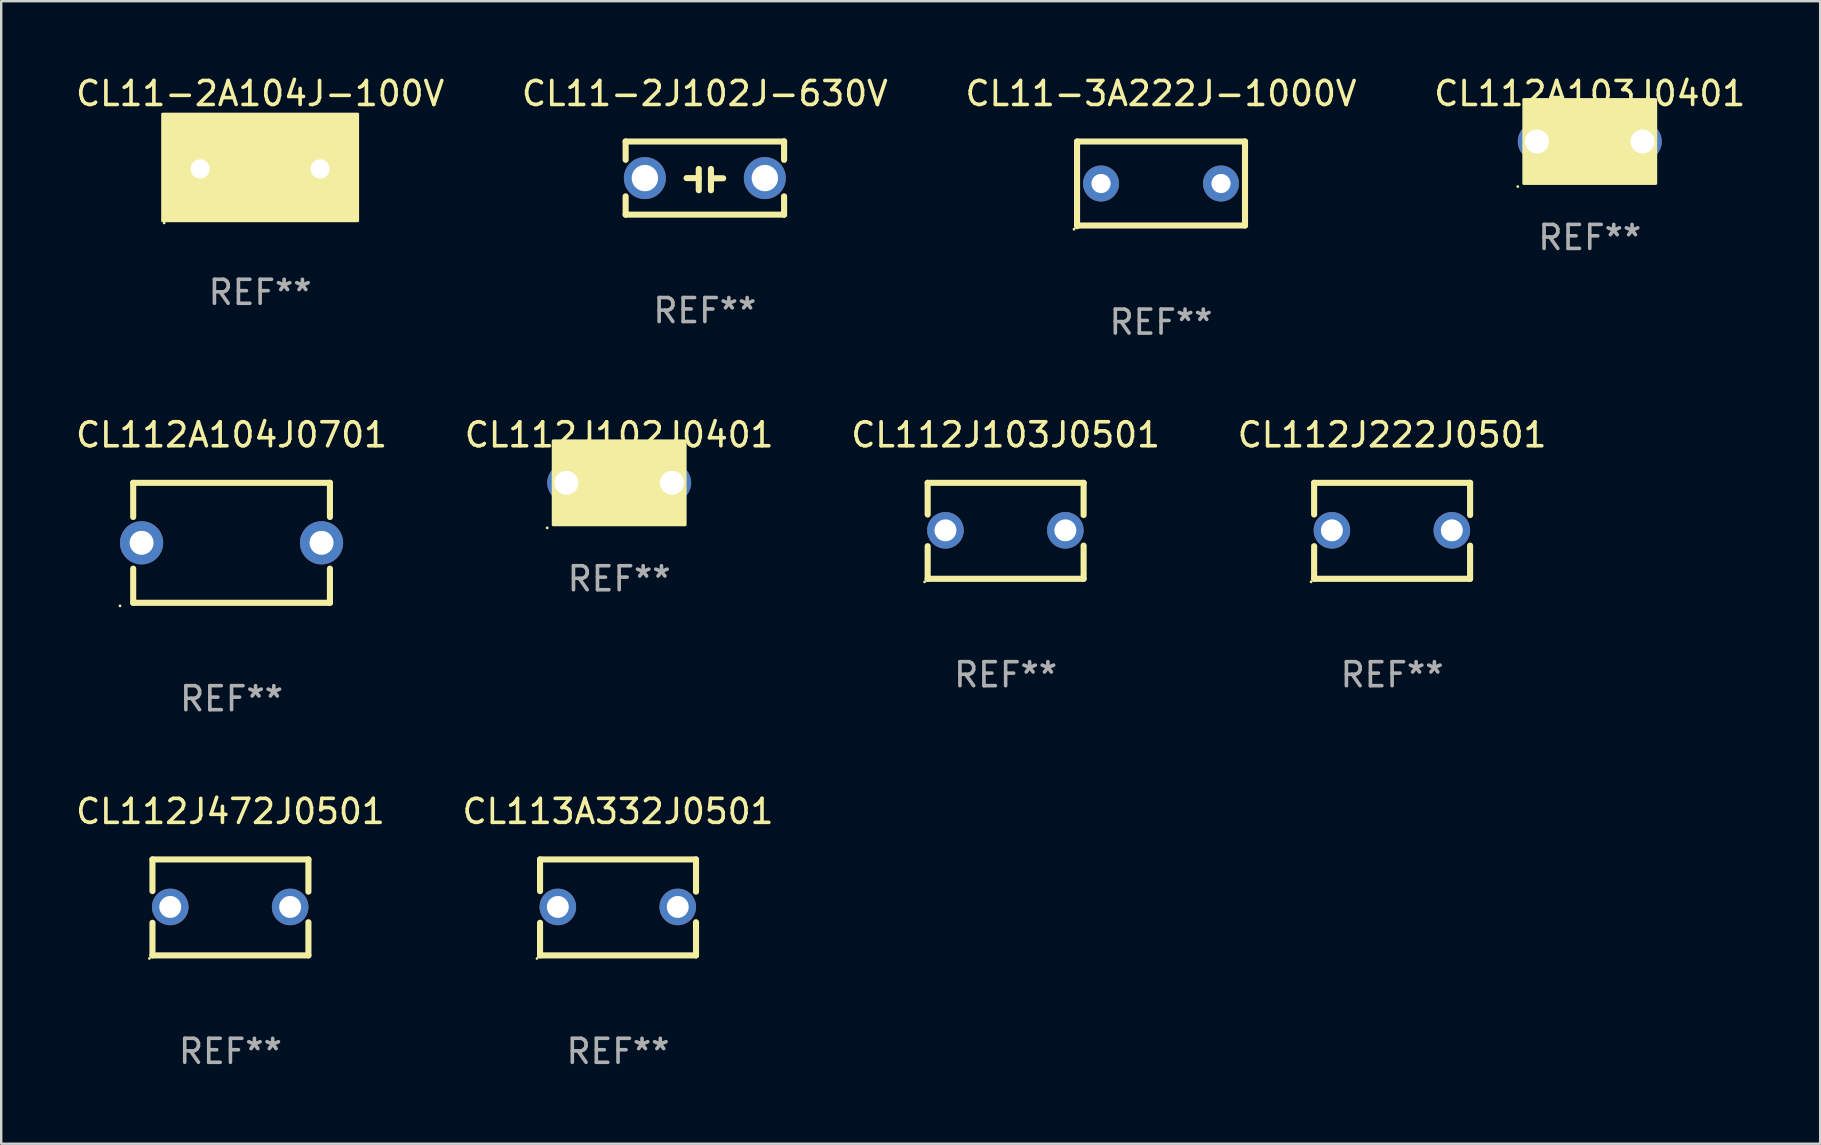
<source format=kicad_pcb>
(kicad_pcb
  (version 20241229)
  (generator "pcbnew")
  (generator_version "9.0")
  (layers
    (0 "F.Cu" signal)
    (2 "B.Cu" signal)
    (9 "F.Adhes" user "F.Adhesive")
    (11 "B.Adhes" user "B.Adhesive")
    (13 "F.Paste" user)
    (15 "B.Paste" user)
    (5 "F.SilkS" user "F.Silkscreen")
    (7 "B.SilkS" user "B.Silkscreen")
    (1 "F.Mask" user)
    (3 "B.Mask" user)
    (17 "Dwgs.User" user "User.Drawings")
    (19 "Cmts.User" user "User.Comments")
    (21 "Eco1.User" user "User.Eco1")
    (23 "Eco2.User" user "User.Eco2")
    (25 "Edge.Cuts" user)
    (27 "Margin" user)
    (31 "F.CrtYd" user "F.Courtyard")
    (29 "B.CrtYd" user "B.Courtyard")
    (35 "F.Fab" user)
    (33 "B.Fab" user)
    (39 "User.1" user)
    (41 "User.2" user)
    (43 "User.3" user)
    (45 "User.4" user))
  (footprint "CL112J103J0501"
    (layer "F.Cu")
    (at 38.863 19.073)
    (property "Reference" "CL112J103J0501" (at 0 -4 0) (layer "F.SilkS") (effects (font (size 1 1) (thickness 0.15))))
    (attr through_hole)
    (fp_line (start -3.25 -2) (end -3.25 -0.68) (stroke (width 0.254) (type solid)) (layer "F.SilkS"))
    (fp_line (start -3.25 -2) (end 3.25 -2) (stroke (width 0.254) (type solid)) (layer "F.SilkS"))
    (fp_line (start -3.25 0.64) (end -3.25 2) (stroke (width 0.254) (type solid)) (layer "F.SilkS"))
    (fp_line (start 3.25 -2) (end 3.25 -0.657) (stroke (width 0.254) (type solid)) (layer "F.SilkS"))
    (fp_line (start 3.25 0.617) (end 3.25 2) (stroke (width 0.254) (type solid)) (layer "F.SilkS"))
    (fp_line (start 3.25 2) (end -3.25 2) (stroke (width 0.254) (type solid)) (layer "F.SilkS"))
    (fp_circle (center -3.377 2.127) (end -3.347 2.127) (stroke (width 0.06) (type solid)) (fill no) (layer "F.SilkS"))
    (fp_text user "REF**" (at 0 6 0) (layer "F.Fab") (effects (font (size 1 1) (thickness 0.15))))
    (pad "1" thru_hole circle (at -2.509 -0.02) (size 1.524 1.524) (drill 0.914) (layers "*.Cu" "*.Mask"))
    (pad "2" thru_hole circle (at 2.489 -0.02) (size 1.524 1.524) (drill 0.914) (layers "*.Cu" "*.Mask")))
  (footprint "CL112J472J0501"
    (layer "F.Cu")
    (at 6.554 34.769)
    (property "Reference" "CL112J472J0501" (at 0 -4 0) (layer "F.SilkS") (effects (font (size 1 1) (thickness 0.15))))
    (attr through_hole)
    (fp_line (start -3.25 -2) (end -3.25 -0.68) (stroke (width 0.254) (type solid)) (layer "F.SilkS"))
    (fp_line (start -3.25 -2) (end 3.25 -2) (stroke (width 0.254) (type solid)) (layer "F.SilkS"))
    (fp_line (start -3.25 0.64) (end -3.25 2) (stroke (width 0.254) (type solid)) (layer "F.SilkS"))
    (fp_line (start 3.25 -2) (end 3.25 -0.657) (stroke (width 0.254) (type solid)) (layer "F.SilkS"))
    (fp_line (start 3.25 0.617) (end 3.25 2) (stroke (width 0.254) (type solid)) (layer "F.SilkS"))
    (fp_line (start 3.25 2) (end -3.25 2) (stroke (width 0.254) (type solid)) (layer "F.SilkS"))
    (fp_circle (center -3.377 2.127) (end -3.347 2.127) (stroke (width 0.06) (type solid)) (fill no) (layer "F.SilkS"))
    (fp_text user "REF**" (at 0 6 0) (layer "F.Fab") (effects (font (size 1 1) (thickness 0.15))))
    (pad "1" thru_hole circle (at -2.509 -0.02) (size 1.524 1.524) (drill 0.914) (layers "*.Cu" "*.Mask"))
    (pad "2" thru_hole circle (at 2.489 -0.02) (size 1.524 1.524) (drill 0.914) (layers "*.Cu" "*.Mask")))
  (footprint "CL112A103J0401"
    (layer "F.Cu")
    (at 63.208 2.848)
    (property "Reference" "CL112A103J0401" (at 0 -2 0) (layer "F.SilkS") (effects (font (size 1 1) (thickness 0.15))))
    (attr through_hole)
    (fp_circle (center -3 1.877) (end -2.97 1.877) (stroke (width 0.06) (type solid)) (fill no) (layer "F.SilkS"))
    (fp_poly (pts (xy -2.75 -1.75) (xy 2.75 -1.75) (xy 2.75 1.75) (xy -2.75 1.75)) (stroke (width 0.12) (type solid)) (fill yes) (layer "F.SilkS"))
    (fp_text user "REF**" (at 0 4 0) (layer "F.Fab") (effects (font (size 1 1) (thickness 0.15))))
    (pad "1" thru_hole circle (at -2.2 0) (size 1.6 1.6) (drill 1) (layers "*.Cu" "*.Mask"))
    (pad "2" thru_hole circle (at 2.2 0) (size 1.6 1.6) (drill 1) (layers "*.Cu" "*.Mask")))
  (footprint "CL112J102J0401"
    (layer "F.Cu")
    (at 22.756 17.073)
    (property "Reference" "CL112J102J0401" (at 0 -2 0) (layer "F.SilkS") (effects (font (size 1 1) (thickness 0.15))))
    (attr through_hole)
    (fp_circle (center -3 1.877) (end -2.97 1.877) (stroke (width 0.06) (type solid)) (fill no) (layer "F.SilkS"))
    (fp_poly (pts (xy -2.75 -1.75) (xy 2.75 -1.75) (xy 2.75 1.75) (xy -2.75 1.75)) (stroke (width 0.12) (type solid)) (fill yes) (layer "F.SilkS"))
    (fp_text user "REF**" (at 0 4 0) (layer "F.Fab") (effects (font (size 1 1) (thickness 0.15))))
    (pad "1" thru_hole circle (at -2.2 0) (size 1.6 1.6) (drill 1) (layers "*.Cu" "*.Mask"))
    (pad "2" thru_hole circle (at 2.2 0) (size 1.6 1.6) (drill 1) (layers "*.Cu" "*.Mask")))
  (footprint "CL11-3A222J-1000V"
    (layer "F.Cu")
    (at 45.339 4.612)
    (property "Reference" "CL11-3A222J-1000V" (at 0 -3.764 0) (layer "F.SilkS") (effects (font (size 1 1) (thickness 0.15))))
    (attr through_hole)
    (fp_line (start -3.5 -1.764) (end -3.5 1.764) (stroke (width 0.254) (type solid)) (layer "F.SilkS"))
    (fp_line (start -3.5 -1.764) (end 3.5 -1.764) (stroke (width 0.254) (type solid)) (layer "F.SilkS"))
    (fp_line (start 3.5 -1.764) (end 3.5 1.736) (stroke (width 0.254) (type solid)) (layer "F.SilkS"))
    (fp_line (start 3.5 1.736) (end -3.5 1.736) (stroke (width 0.254) (type solid)) (layer "F.SilkS"))
    (fp_circle (center -3.627 1.891) (end -3.597 1.891) (stroke (width 0.06) (type solid)) (fill no) (layer "F.SilkS"))
    (fp_text user "REF**" (at 0 5.764 0) (layer "F.Fab") (effects (font (size 1 1) (thickness 0.15))))
    (pad "1" thru_hole circle (at -2.5 -0.014) (size 1.5 1.5) (drill 0.8) (layers "*.Cu" "*.Mask"))
    (pad "2" thru_hole circle (at 2.5 -0.014) (size 1.5 1.5) (drill 0.8) (layers "*.Cu" "*.Mask")))
  (footprint "CL112A104J0701"
    (layer "F.Cu")
    (at 6.601 19.573)
    (property "Reference" "CL112A104J0701" (at 0 -4.5 0) (layer "F.SilkS") (effects (font (size 1 1) (thickness 0.15))))
    (attr through_hole)
    (fp_line (start -4.1 -2.5) (end -4.1 -1.076) (stroke (width 0.254) (type solid)) (layer "F.SilkS"))
    (fp_line (start -4.1 -2.5) (end 4.1 -2.5) (stroke (width 0.254) (type solid)) (layer "F.SilkS"))
    (fp_line (start -4.1 1.076) (end -4.1 2.5) (stroke (width 0.254) (type solid)) (layer "F.SilkS"))
    (fp_line (start -4.1 2.5) (end 4.1 2.5) (stroke (width 0.254) (type solid)) (layer "F.SilkS"))
    (fp_line (start 4.1 -2.5) (end 4.1 -1.076) (stroke (width 0.254) (type solid)) (layer "F.SilkS"))
    (fp_line (start 4.1 1.076) (end 4.1 2.5) (stroke (width 0.254) (type solid)) (layer "F.SilkS"))
    (fp_circle (center -4.65 2.627) (end -4.62 2.627) (stroke (width 0.06) (type solid)) (fill no) (layer "F.SilkS"))
    (fp_text user "REF**" (at 0 6.5 0) (layer "F.Fab") (effects (font (size 1 1) (thickness 0.15))))
    (pad "1" thru_hole circle (at -3.75 0) (size 1.8 1.8) (drill 1) (layers "*.Cu" "*.Mask"))
    (pad "2" thru_hole circle (at 3.75 0) (size 1.8 1.8) (drill 1) (layers "*.Cu" "*.Mask")))
  (footprint "CL11-2A104J-100V"
    (layer "F.Cu")
    (at 7.792 3.991)
    (property "Reference" "CL11-2A104J-100V" (at 0 -3.143 0) (layer "F.SilkS") (effects (font (size 1 1) (thickness 0.15))))
    (attr through_hole)
    (fp_line (start -0.889 -0.000025) (end -1.27 -0.000025) (stroke (width 0.254) (type solid)) (layer "F.SilkS"))
    (fp_line (start -0.381 -0.000025) (end -0.889 -0.000025) (stroke (width 0.254) (type solid)) (layer "F.SilkS"))
    (fp_line (start -0.381 1.143) (end -0.381 -1.143) (stroke (width 0.254) (type solid)) (layer "F.SilkS"))
    (fp_line (start 0.381 -1.143) (end 0.381 1.143) (stroke (width 0.254) (type solid)) (layer "F.SilkS"))
    (fp_line (start 0.381 0.000025) (end 0.889 0.000025) (stroke (width 0.254) (type solid)) (layer "F.SilkS"))
    (fp_line (start 0.889 0.000025) (end 1.27 0.000025) (stroke (width 0.254) (type solid)) (layer "F.SilkS"))
    (fp_circle (center -4 2.25) (end -3.97 2.25) (stroke (width 0.06) (type solid)) (fill no) (layer "F.SilkS"))
    (fp_poly (pts (xy -4.064 -2.286) (xy 4.064 -2.286) (xy 4.064 2.159) (xy -4.064 2.159)) (stroke (width 0.12) (type solid)) (fill yes) (layer "F.SilkS"))
    (fp_text user "REF**" (at 0 5.143 0) (layer "F.Fab") (effects (font (size 1 1) (thickness 0.15))))
    (pad "1" thru_hole circle (at -2.5 0) (size 1.524 1.524) (drill 0.8) (layers "*.Cu" "*.Mask"))
    (pad "2" thru_hole circle (at 2.5 0) (size 1.524 1.524) (drill 0.8) (layers "*.Cu" "*.Mask")))
  (footprint "CL113A332J0501"
    (layer "F.Cu")
    (at 22.708 34.769)
    (property "Reference" "CL113A332J0501" (at 0 -4 0) (layer "F.SilkS") (effects (font (size 1 1) (thickness 0.15))))
    (attr through_hole)
    (fp_line (start -3.25 -2) (end -3.25 -0.68) (stroke (width 0.254) (type solid)) (layer "F.SilkS"))
    (fp_line (start -3.25 -2) (end 3.25 -2) (stroke (width 0.254) (type solid)) (layer "F.SilkS"))
    (fp_line (start -3.25 0.64) (end -3.25 2) (stroke (width 0.254) (type solid)) (layer "F.SilkS"))
    (fp_line (start 3.25 -2) (end 3.25 -0.657) (stroke (width 0.254) (type solid)) (layer "F.SilkS"))
    (fp_line (start 3.25 0.617) (end 3.25 2) (stroke (width 0.254) (type solid)) (layer "F.SilkS"))
    (fp_line (start 3.25 2) (end -3.25 2) (stroke (width 0.254) (type solid)) (layer "F.SilkS"))
    (fp_circle (center -3.377 2.127) (end -3.347 2.127) (stroke (width 0.06) (type solid)) (fill no) (layer "F.SilkS"))
    (fp_text user "REF**" (at 0 6 0) (layer "F.Fab") (effects (font (size 1 1) (thickness 0.15))))
    (pad "1" thru_hole circle (at -2.509 -0.02) (size 1.524 1.524) (drill 0.914) (layers "*.Cu" "*.Mask"))
    (pad "2" thru_hole circle (at 2.489 -0.02) (size 1.524 1.524) (drill 0.914) (layers "*.Cu" "*.Mask")))
  (footprint "CL11-2J102J-630V"
    (layer "F.Cu")
    (at 26.327 4.372)
    (property "Reference" "CL11-2J102J-630V" (at 0 -3.524 0) (layer "F.SilkS") (effects (font (size 1 1) (thickness 0.15))))
    (attr through_hole)
    (fp_line (start -3.302 -1.524) (end 3.302 -1.524) (stroke (width 0.254) (type solid)) (layer "F.SilkS"))
    (fp_line (start -3.302 -0.761) (end -3.302 -1.524) (stroke (width 0.254) (type solid)) (layer "F.SilkS"))
    (fp_line (start -3.302 1.524) (end -3.302 0.761) (stroke (width 0.254) (type solid)) (layer "F.SilkS"))
    (fp_line (start -0.762 0) (end -0.254 0) (stroke (width 0.254) (type solid)) (layer "F.SilkS"))
    (fp_line (start -0.254 -0.381) (end -0.254 0.508) (stroke (width 0.254) (type solid)) (layer "F.SilkS"))
    (fp_line (start 0.254 -0.381) (end 0.254 0.508) (stroke (width 0.254) (type solid)) (layer "F.SilkS"))
    (fp_line (start 0.254 0.008) (end 0.762 0.008) (stroke (width 0.254) (type solid)) (layer "F.SilkS"))
    (fp_line (start 3.302 -1.524) (end 3.302 -1.524) (stroke (width 0.254) (type solid)) (layer "F.SilkS"))
    (fp_line (start 3.302 -1.524) (end 3.302 -0.759) (stroke (width 0.254) (type solid)) (layer "F.SilkS"))
    (fp_line (start 3.302 0.761) (end 3.302 1.524) (stroke (width 0.254) (type solid)) (layer "F.SilkS"))
    (fp_line (start 3.302 1.524) (end -3.302 1.524) (stroke (width 0.254) (type solid)) (layer "F.SilkS"))
    (fp_circle (center -3.25 1.5) (end -3.22 1.5) (stroke (width 0.06) (type solid)) (fill no) (layer "F.SilkS"))
    (fp_text user "REF**" (at 0 5.524 0) (layer "F.Fab") (effects (font (size 1 1) (thickness 0.15))))
    (pad "1" thru_hole circle (at -2.5 0) (size 1.75 1.75) (drill 1.1) (layers "*.Cu" "*.Mask"))
    (pad "2" thru_hole circle (at 2.5 0) (size 1.75 1.75) (drill 1.1) (layers "*.Cu" "*.Mask")))
  (footprint "CL112J222J0501"
    (layer "F.Cu")
    (at 54.97 19.073)
    (property "Reference" "CL112J222J0501" (at 0 -4 0) (layer "F.SilkS") (effects (font (size 1 1) (thickness 0.15))))
    (attr through_hole)
    (fp_line (start -3.25 -2) (end -3.25 -0.68) (stroke (width 0.254) (type solid)) (layer "F.SilkS"))
    (fp_line (start -3.25 -2) (end 3.25 -2) (stroke (width 0.254) (type solid)) (layer "F.SilkS"))
    (fp_line (start -3.25 0.64) (end -3.25 2) (stroke (width 0.254) (type solid)) (layer "F.SilkS"))
    (fp_line (start 3.25 -2) (end 3.25 -0.657) (stroke (width 0.254) (type solid)) (layer "F.SilkS"))
    (fp_line (start 3.25 0.617) (end 3.25 2) (stroke (width 0.254) (type solid)) (layer "F.SilkS"))
    (fp_line (start 3.25 2) (end -3.25 2) (stroke (width 0.254) (type solid)) (layer "F.SilkS"))
    (fp_circle (center -3.377 2.127) (end -3.347 2.127) (stroke (width 0.06) (type solid)) (fill no) (layer "F.SilkS"))
    (fp_text user "REF**" (at 0 6 0) (layer "F.Fab") (effects (font (size 1 1) (thickness 0.15))))
    (pad "1" thru_hole circle (at -2.509 -0.02) (size 1.524 1.524) (drill 0.914) (layers "*.Cu" "*.Mask"))
    (pad "2" thru_hole circle (at 2.489 -0.02) (size 1.524 1.524) (drill 0.914) (layers "*.Cu" "*.Mask")))
  (gr_rect
    (start -3 -3)
    (end 72.81 44.617)
    (stroke (width 0.1) (type default))
    (fill no)
    (layer "Edge.Cuts")))
</source>
